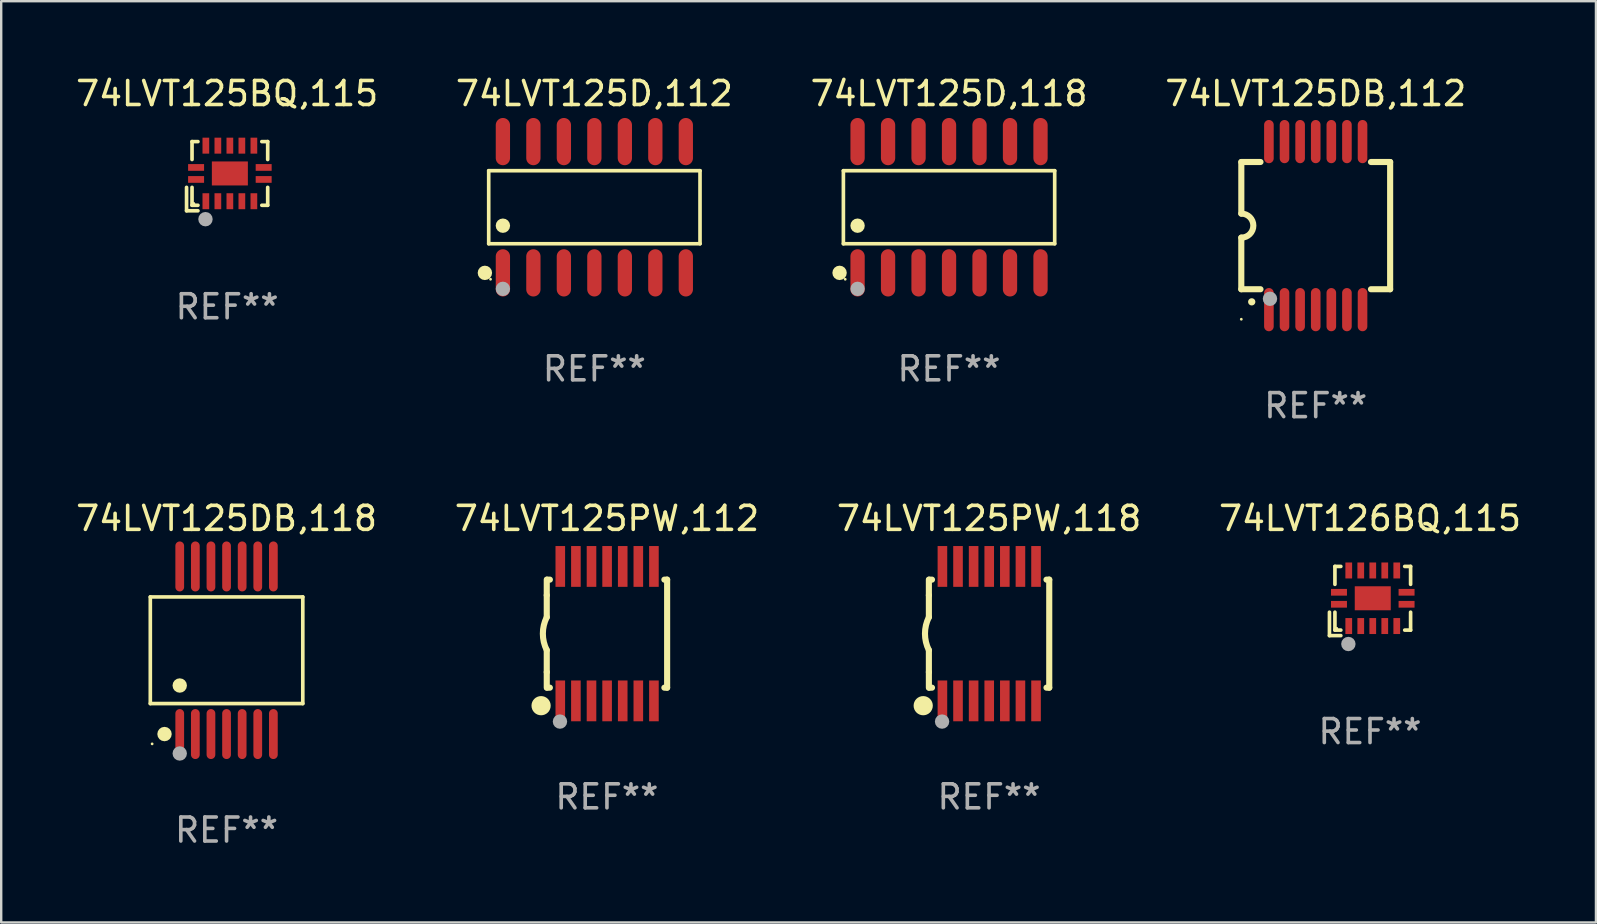
<source format=kicad_pcb>
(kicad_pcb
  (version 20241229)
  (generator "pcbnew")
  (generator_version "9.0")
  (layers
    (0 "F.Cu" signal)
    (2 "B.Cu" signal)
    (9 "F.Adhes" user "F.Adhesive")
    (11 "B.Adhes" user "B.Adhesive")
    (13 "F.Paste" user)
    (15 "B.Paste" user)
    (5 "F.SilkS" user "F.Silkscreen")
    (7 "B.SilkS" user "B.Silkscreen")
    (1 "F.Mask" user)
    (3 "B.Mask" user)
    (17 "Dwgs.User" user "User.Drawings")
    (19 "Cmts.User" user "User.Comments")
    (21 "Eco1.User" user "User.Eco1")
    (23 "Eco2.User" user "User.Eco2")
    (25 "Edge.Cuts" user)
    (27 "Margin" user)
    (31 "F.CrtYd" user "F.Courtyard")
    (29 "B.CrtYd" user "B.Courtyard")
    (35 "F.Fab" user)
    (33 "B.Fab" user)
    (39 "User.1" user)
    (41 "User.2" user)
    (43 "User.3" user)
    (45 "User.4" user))
  (footprint "74LVT125DB,118"
    (layer "F.Cu")
    (at 6.387 24.036)
    (property "Reference" "74LVT125DB,118" (at 0 -5.491 0) (layer "F.SilkS") (effects (font (size 1 1) (thickness 0.15))))
    (attr through_hole)
    (fp_line (start -3.176 -2.221) (end 3.176 -2.221) (stroke (width 0.152) (type solid)) (layer "F.SilkS"))
    (fp_line (start -3.176 2.221) (end -3.176 -2.221) (stroke (width 0.152) (type solid)) (layer "F.SilkS"))
    (fp_line (start 3.176 -2.221) (end 3.176 2.221) (stroke (width 0.152) (type solid)) (layer "F.SilkS"))
    (fp_line (start 3.176 2.221) (end -3.176 2.221) (stroke (width 0.152) (type solid)) (layer "F.SilkS"))
    (fp_circle (center -3.1 3.9) (end -3.07 3.9) (stroke (width 0.06) (type solid)) (fill no) (layer "F.SilkS"))
    (fp_circle (center -2.584 3.491) (end -2.434 3.491) (stroke (width 0.3) (type solid)) (fill no) (layer "F.SilkS"))
    (fp_circle (center -1.95 1.469) (end -1.8 1.469) (stroke (width 0.3) (type solid)) (fill no) (layer "F.SilkS"))
    (fp_circle (center -1.95 4.3) (end -1.8 4.3) (stroke (width 0.3) (type solid)) (fill no) (layer "F.Fab"))
    (fp_text user "REF**" (at 0 7.491 0) (layer "F.Fab") (effects (font (size 1 1) (thickness 0.15))))
    (pad "1" smd oval (at -1.95 3.491) (size 0.364 2.082) (layers "F.Cu" "F.Mask" "F.Paste"))
    (pad "2" smd oval (at -1.3 3.491) (size 0.364 2.082) (layers "F.Cu" "F.Mask" "F.Paste"))
    (pad "3" smd oval (at -0.65 3.491) (size 0.364 2.082) (layers "F.Cu" "F.Mask" "F.Paste"))
    (pad "4" smd oval (at 0 3.491) (size 0.364 2.082) (layers "F.Cu" "F.Mask" "F.Paste"))
    (pad "5" smd oval (at 0.65 3.491) (size 0.364 2.082) (layers "F.Cu" "F.Mask" "F.Paste"))
    (pad "6" smd oval (at 1.3 3.491) (size 0.364 2.082) (layers "F.Cu" "F.Mask" "F.Paste"))
    (pad "7" smd oval (at 1.95 3.491) (size 0.364 2.082) (layers "F.Cu" "F.Mask" "F.Paste"))
    (pad "8" smd oval (at 1.95 -3.491) (size 0.364 2.082) (layers "F.Cu" "F.Mask" "F.Paste"))
    (pad "9" smd oval (at 1.3 -3.491) (size 0.364 2.082) (layers "F.Cu" "F.Mask" "F.Paste"))
    (pad "10" smd oval (at 0.65 -3.491) (size 0.364 2.082) (layers "F.Cu" "F.Mask" "F.Paste"))
    (pad "11" smd oval (at 0 -3.491) (size 0.364 2.082) (layers "F.Cu" "F.Mask" "F.Paste"))
    (pad "12" smd oval (at -0.65 -3.491) (size 0.364 2.082) (layers "F.Cu" "F.Mask" "F.Paste"))
    (pad "13" smd oval (at -1.3 -3.491) (size 0.364 2.082) (layers "F.Cu" "F.Mask" "F.Paste"))
    (pad "14" smd oval (at -1.95 -3.491) (size 0.364 2.082) (layers "F.Cu" "F.Mask" "F.Paste")))
  (footprint "74LVT125BQ,115"
    (layer "F.Cu")
    (at 6.411 4.289)
    (property "Reference" "74LVT125BQ,115" (at 0 -3.441 0) (layer "F.SilkS") (effects (font (size 1 1) (thickness 0.15))))
    (attr through_hole)
    (fp_line (start -1.69 1.441) (end -1.69 0.466) (stroke (width 0.152) (type solid)) (layer "F.SilkS"))
    (fp_line (start -1.462 -1.441) (end -1.216 -1.441) (stroke (width 0.152) (type solid)) (layer "F.SilkS"))
    (fp_line (start -1.462 -0.695) (end -1.462 -1.441) (stroke (width 0.152) (type solid)) (layer "F.SilkS"))
    (fp_line (start -1.462 0.466) (end -1.462 1.212) (stroke (width 0.152) (type solid)) (layer "F.SilkS"))
    (fp_line (start -1.462 1.212) (end -1.216 1.212) (stroke (width 0.152) (type solid)) (layer "F.SilkS"))
    (fp_line (start -1.216 1.441) (end -1.69 1.441) (stroke (width 0.152) (type solid)) (layer "F.SilkS"))
    (fp_line (start 1.69 -1.441) (end 1.445 -1.441) (stroke (width 0.152) (type solid)) (layer "F.SilkS"))
    (fp_line (start 1.69 -0.695) (end 1.69 -1.441) (stroke (width 0.152) (type solid)) (layer "F.SilkS"))
    (fp_line (start 1.69 0.466) (end 1.69 1.212) (stroke (width 0.152) (type solid)) (layer "F.SilkS"))
    (fp_line (start 1.69 1.212) (end 1.445 1.212) (stroke (width 0.152) (type solid)) (layer "F.SilkS"))
    (fp_circle (center -1.386 1.136) (end -1.356 1.136) (stroke (width 0.06) (type solid)) (fill no) (layer "F.SilkS"))
    (fp_circle (center -0.902 1.791) (end -0.752 1.791) (stroke (width 0.3) (type solid)) (fill no) (layer "F.Fab"))
    (fp_text user "REF**" (at 0 5.441 0) (layer "F.Fab") (effects (font (size 1 1) (thickness 0.15))))
    (pad "1" smd rect (at -0.886 1.043) (size 0.28 0.665) (layers "F.Cu" "F.Mask" "F.Paste"))
    (pad "2" smd rect (at -0.386 1.043) (size 0.28 0.665) (layers "F.Cu" "F.Mask" "F.Paste"))
    (pad "3" smd rect (at 0.114 1.043) (size 0.28 0.665) (layers "F.Cu" "F.Mask" "F.Paste"))
    (pad "4" smd rect (at 0.614 1.043) (size 0.28 0.665) (layers "F.Cu" "F.Mask" "F.Paste"))
    (pad "5" smd rect (at 1.114 1.043) (size 0.28 0.665) (layers "F.Cu" "F.Mask" "F.Paste"))
    (pad "6" smd rect (at 1.522 0.136) (size 0.665 0.28) (layers "F.Cu" "F.Mask" "F.Paste"))
    (pad "7" smd rect (at 1.522 -0.364) (size 0.665 0.28) (layers "F.Cu" "F.Mask" "F.Paste"))
    (pad "8" smd rect (at 1.114 -1.272) (size 0.28 0.665) (layers "F.Cu" "F.Mask" "F.Paste"))
    (pad "9" smd rect (at 0.614 -1.272) (size 0.28 0.665) (layers "F.Cu" "F.Mask" "F.Paste"))
    (pad "10" smd rect (at 0.114 -1.272) (size 0.28 0.665) (layers "F.Cu" "F.Mask" "F.Paste"))
    (pad "11" smd rect (at -0.386 -1.272) (size 0.28 0.665) (layers "F.Cu" "F.Mask" "F.Paste"))
    (pad "12" smd rect (at -0.886 -1.272) (size 0.28 0.665) (layers "F.Cu" "F.Mask" "F.Paste"))
    (pad "13" smd rect (at -1.293 -0.364) (size 0.665 0.28) (layers "F.Cu" "F.Mask" "F.Paste"))
    (pad "14" smd rect (at -1.293 0.136) (size 0.665 0.28) (layers "F.Cu" "F.Mask" "F.Paste"))
    (pad "15" smd rect (at 0.114 -0.114) (size 1.5 1) (layers "F.Cu" "F.Mask" "F.Paste")))
  (footprint "74LVT125PW,112"
    (layer "F.Cu")
    (at 22.232 23.345)
    (property "Reference" "74LVT125PW,112" (at 0 -4.8 0) (layer "F.SilkS") (effects (font (size 1 1) (thickness 0.15))))
    (attr through_hole)
    (fp_line (start -2.507 -1.6) (end -2.507 -2.25) (stroke (width 0.254) (type solid)) (layer "F.SilkS"))
    (fp_line (start -2.507 -0.686) (end -2.507 -1.6) (stroke (width 0.254) (type solid)) (layer "F.SilkS"))
    (fp_line (start -2.507 1.6) (end -2.507 0.686) (stroke (width 0.254) (type solid)) (layer "F.SilkS"))
    (fp_line (start -2.507 1.6) (end -2.507 2.25) (stroke (width 0.254) (type solid)) (layer "F.SilkS"))
    (fp_line (start -2.493 -2.25) (end -2.377 -2.25) (stroke (width 0.254) (type solid)) (layer "F.SilkS"))
    (fp_line (start -2.377 2.25) (end -2.493 2.25) (stroke (width 0.254) (type solid)) (layer "F.SilkS"))
    (fp_line (start 2.392 -2.25) (end 2.507 -2.25) (stroke (width 0.254) (type solid)) (layer "F.SilkS"))
    (fp_line (start 2.507 -2.25) (end 2.507 2.25) (stroke (width 0.254) (type solid)) (layer "F.SilkS"))
    (fp_line (start 2.507 2.25) (end 2.392 2.25) (stroke (width 0.254) (type solid)) (layer "F.SilkS"))
    (fp_arc (start -2.507303 0.685802) (mid -2.669199 0) (end -2.507303 -0.685801) (stroke (width 0.254001) (type solid)) (layer "F.SilkS"))
    (fp_circle (center -2.743 3) (end -2.543 3) (stroke (width 0.4) (type solid)) (fill no) (layer "F.SilkS"))
    (fp_circle (center -2.493 3.2) (end -2.463 3.2) (stroke (width 0.06) (type solid)) (fill no) (layer "F.SilkS"))
    (fp_circle (center -1.957 3.662) (end -1.807 3.662) (stroke (width 0.3) (type solid)) (fill no) (layer "F.Fab"))
    (fp_text user "REF**" (at 0 6.8 0) (layer "F.Fab") (effects (font (size 1 1) (thickness 0.15))))
    (pad "1" smd rect (at -1.943 2.8) (size 0.4 1.7) (layers "F.Cu" "F.Mask" "F.Paste"))
    (pad "2" smd rect (at -1.293 2.8) (size 0.4 1.7) (layers "F.Cu" "F.Mask" "F.Paste"))
    (pad "3" smd rect (at -0.643 2.8) (size 0.4 1.7) (layers "F.Cu" "F.Mask" "F.Paste"))
    (pad "4" smd rect (at 0.007 2.8) (size 0.4 1.7) (layers "F.Cu" "F.Mask" "F.Paste"))
    (pad "5" smd rect (at 0.657 2.8) (size 0.4 1.7) (layers "F.Cu" "F.Mask" "F.Paste"))
    (pad "6" smd rect (at 1.307 2.8) (size 0.4 1.7) (layers "F.Cu" "F.Mask" "F.Paste"))
    (pad "7" smd rect (at 1.957 2.8) (size 0.4 1.7) (layers "F.Cu" "F.Mask" "F.Paste"))
    (pad "8" smd rect (at 1.957 -2.8) (size 0.4 1.7) (layers "F.Cu" "F.Mask" "F.Paste"))
    (pad "9" smd rect (at 1.307 -2.8) (size 0.4 1.7) (layers "F.Cu" "F.Mask" "F.Paste"))
    (pad "10" smd rect (at 0.657 -2.8) (size 0.4 1.7) (layers "F.Cu" "F.Mask" "F.Paste"))
    (pad "11" smd rect (at 0.007 -2.8) (size 0.4 1.7) (layers "F.Cu" "F.Mask" "F.Paste"))
    (pad "12" smd rect (at -0.643 -2.8) (size 0.4 1.7) (layers "F.Cu" "F.Mask" "F.Paste"))
    (pad "13" smd rect (at -1.293 -2.8) (size 0.4 1.7) (layers "F.Cu" "F.Mask" "F.Paste"))
    (pad "14" smd rect (at -1.943 -2.8) (size 0.4 1.7) (layers "F.Cu" "F.Mask" "F.Paste")))
  (footprint "74LVT125PW,118"
    (layer "F.Cu")
    (at 38.149 23.345)
    (property "Reference" "74LVT125PW,118" (at 0 -4.8 0) (layer "F.SilkS") (effects (font (size 1 1) (thickness 0.15))))
    (attr through_hole)
    (fp_line (start -2.507 -1.6) (end -2.507 -2.25) (stroke (width 0.254) (type solid)) (layer "F.SilkS"))
    (fp_line (start -2.507 -0.686) (end -2.507 -1.6) (stroke (width 0.254) (type solid)) (layer "F.SilkS"))
    (fp_line (start -2.507 1.6) (end -2.507 0.686) (stroke (width 0.254) (type solid)) (layer "F.SilkS"))
    (fp_line (start -2.507 1.6) (end -2.507 2.25) (stroke (width 0.254) (type solid)) (layer "F.SilkS"))
    (fp_line (start -2.493 -2.25) (end -2.377 -2.25) (stroke (width 0.254) (type solid)) (layer "F.SilkS"))
    (fp_line (start -2.377 2.25) (end -2.493 2.25) (stroke (width 0.254) (type solid)) (layer "F.SilkS"))
    (fp_line (start 2.392 -2.25) (end 2.507 -2.25) (stroke (width 0.254) (type solid)) (layer "F.SilkS"))
    (fp_line (start 2.507 -2.25) (end 2.507 2.25) (stroke (width 0.254) (type solid)) (layer "F.SilkS"))
    (fp_line (start 2.507 2.25) (end 2.392 2.25) (stroke (width 0.254) (type solid)) (layer "F.SilkS"))
    (fp_arc (start -2.507303 0.685802) (mid -2.669199 0) (end -2.507303 -0.685801) (stroke (width 0.254001) (type solid)) (layer "F.SilkS"))
    (fp_circle (center -2.743 3) (end -2.543 3) (stroke (width 0.4) (type solid)) (fill no) (layer "F.SilkS"))
    (fp_circle (center -2.493 3.2) (end -2.463 3.2) (stroke (width 0.06) (type solid)) (fill no) (layer "F.SilkS"))
    (fp_circle (center -1.957 3.662) (end -1.807 3.662) (stroke (width 0.3) (type solid)) (fill no) (layer "F.Fab"))
    (fp_text user "REF**" (at 0 6.8 0) (layer "F.Fab") (effects (font (size 1 1) (thickness 0.15))))
    (pad "1" smd rect (at -1.943 2.8) (size 0.4 1.7) (layers "F.Cu" "F.Mask" "F.Paste"))
    (pad "2" smd rect (at -1.293 2.8) (size 0.4 1.7) (layers "F.Cu" "F.Mask" "F.Paste"))
    (pad "3" smd rect (at -0.643 2.8) (size 0.4 1.7) (layers "F.Cu" "F.Mask" "F.Paste"))
    (pad "4" smd rect (at 0.007 2.8) (size 0.4 1.7) (layers "F.Cu" "F.Mask" "F.Paste"))
    (pad "5" smd rect (at 0.657 2.8) (size 0.4 1.7) (layers "F.Cu" "F.Mask" "F.Paste"))
    (pad "6" smd rect (at 1.307 2.8) (size 0.4 1.7) (layers "F.Cu" "F.Mask" "F.Paste"))
    (pad "7" smd rect (at 1.957 2.8) (size 0.4 1.7) (layers "F.Cu" "F.Mask" "F.Paste"))
    (pad "8" smd rect (at 1.957 -2.8) (size 0.4 1.7) (layers "F.Cu" "F.Mask" "F.Paste"))
    (pad "9" smd rect (at 1.307 -2.8) (size 0.4 1.7) (layers "F.Cu" "F.Mask" "F.Paste"))
    (pad "10" smd rect (at 0.657 -2.8) (size 0.4 1.7) (layers "F.Cu" "F.Mask" "F.Paste"))
    (pad "11" smd rect (at 0.007 -2.8) (size 0.4 1.7) (layers "F.Cu" "F.Mask" "F.Paste"))
    (pad "12" smd rect (at -0.643 -2.8) (size 0.4 1.7) (layers "F.Cu" "F.Mask" "F.Paste"))
    (pad "13" smd rect (at -1.293 -2.8) (size 0.4 1.7) (layers "F.Cu" "F.Mask" "F.Paste"))
    (pad "14" smd rect (at -1.943 -2.8) (size 0.4 1.7) (layers "F.Cu" "F.Mask" "F.Paste")))
  (footprint "74LVT125DB,112"
    (layer "F.Cu")
    (at 51.756 6.348)
    (property "Reference" "74LVT125DB,112" (at 0 -5.5 0) (layer "F.SilkS") (effects (font (size 1 1) (thickness 0.15))))
    (attr through_hole)
    (fp_line (start -3.1 2.65) (end -3.1 0.5) (stroke (width 0.254) (type solid)) (layer "F.SilkS"))
    (fp_line (start -3.099 -2.65) (end -2.301 -2.65) (stroke (width 0.254) (type solid)) (layer "F.SilkS"))
    (fp_line (start -3.099 -0.5) (end -3.099 -2.65) (stroke (width 0.254) (type solid)) (layer "F.SilkS"))
    (fp_line (start -2.301 2.65) (end -3.1 2.65) (stroke (width 0.254) (type solid)) (layer "F.SilkS"))
    (fp_line (start 2.301 -2.65) (end 3.1 -2.65) (stroke (width 0.254) (type solid)) (layer "F.SilkS"))
    (fp_line (start 3.1 -2.65) (end 3.1 2.65) (stroke (width 0.254) (type solid)) (layer "F.SilkS"))
    (fp_line (start 3.1 2.65) (end 2.301 2.65) (stroke (width 0.254) (type solid)) (layer "F.SilkS"))
    (fp_arc (start -3.098806 -0.500381) (mid -2.598806 0) (end -3.098806 0.500381) (stroke (width 0.254001) (type solid)) (layer "F.SilkS"))
    (fp_arc (start -2.667005 3.175006) (mid -2.665735 3.175001) (end -2.664465 3.175006) (stroke (width 0.3) (type solid)) (layer "F.SilkS"))
    (fp_circle (center -3.1 3.9) (end -3.07 3.9) (stroke (width 0.06) (type solid)) (fill no) (layer "F.SilkS"))
    (fp_circle (center -1.905 3.048) (end -1.755 3.048) (stroke (width 0.3) (type solid)) (fill no) (layer "F.Fab"))
    (fp_text user "REF**" (at 0 7.5 0) (layer "F.Fab") (effects (font (size 1 1) (thickness 0.15))))
    (pad "1" smd oval (at -1.95 3.5 270) (size 1.8 0.4) (layers "F.Cu" "F.Mask" "F.Paste"))
    (pad "2" smd oval (at -1.3 3.5 270) (size 1.8 0.4) (layers "F.Cu" "F.Mask" "F.Paste"))
    (pad "3" smd oval (at -0.65 3.5 270) (size 1.8 0.4) (layers "F.Cu" "F.Mask" "F.Paste"))
    (pad "4" smd oval (at 0 3.5 270) (size 1.8 0.4) (layers "F.Cu" "F.Mask" "F.Paste"))
    (pad "5" smd oval (at 0.65 3.5 270) (size 1.8 0.4) (layers "F.Cu" "F.Mask" "F.Paste"))
    (pad "6" smd oval (at 1.3 3.5 270) (size 1.8 0.4) (layers "F.Cu" "F.Mask" "F.Paste"))
    (pad "7" smd oval (at 1.95 3.5 270) (size 1.8 0.4) (layers "F.Cu" "F.Mask" "F.Paste"))
    (pad "8" smd oval (at 1.95 -3.5 90) (size 1.8 0.4) (layers "F.Cu" "F.Mask" "F.Paste"))
    (pad "9" smd oval (at 1.3 -3.5 90) (size 1.8 0.4) (layers "F.Cu" "F.Mask" "F.Paste"))
    (pad "10" smd oval (at 0.65 -3.5 90) (size 1.8 0.4) (layers "F.Cu" "F.Mask" "F.Paste"))
    (pad "11" smd oval (at 0 -3.5 90) (size 1.8 0.4) (layers "F.Cu" "F.Mask" "F.Paste"))
    (pad "12" smd oval (at -0.65 -3.5 90) (size 1.8 0.4) (layers "F.Cu" "F.Mask" "F.Paste"))
    (pad "13" smd oval (at -1.3 -3.5 90) (size 1.8 0.4) (layers "F.Cu" "F.Mask" "F.Paste"))
    (pad "14" smd oval (at -1.95 -3.5 90) (size 1.8 0.4) (layers "F.Cu" "F.Mask" "F.Paste")))
  (footprint "74LVT125D,112"
    (layer "F.Cu")
    (at 21.708 5.582)
    (property "Reference" "74LVT125D,112" (at 0 -4.734 0) (layer "F.SilkS") (effects (font (size 1 1) (thickness 0.15))))
    (attr through_hole)
    (fp_line (start -4.401 -1.521) (end 4.401 -1.521) (stroke (width 0.152) (type solid)) (layer "F.SilkS"))
    (fp_line (start -4.401 1.521) (end -4.401 -1.521) (stroke (width 0.152) (type solid)) (layer "F.SilkS"))
    (fp_line (start 4.401 -1.521) (end 4.401 1.521) (stroke (width 0.152) (type solid)) (layer "F.SilkS"))
    (fp_line (start 4.401 1.521) (end -4.401 1.521) (stroke (width 0.152) (type solid)) (layer "F.SilkS"))
    (fp_circle (center -4.56 2.734) (end -4.41 2.734) (stroke (width 0.3) (type solid)) (fill no) (layer "F.SilkS"))
    (fp_circle (center -4.325 3) (end -4.295 3) (stroke (width 0.06) (type solid)) (fill no) (layer "F.SilkS"))
    (fp_circle (center -3.81 0.769) (end -3.66 0.769) (stroke (width 0.3) (type solid)) (fill no) (layer "F.SilkS"))
    (fp_circle (center -3.81 3.4) (end -3.66 3.4) (stroke (width 0.3) (type solid)) (fill no) (layer "F.Fab"))
    (fp_text user "REF**" (at 0 6.734 0) (layer "F.Fab") (effects (font (size 1 1) (thickness 0.15))))
    (pad "1" smd oval (at -3.81 2.734) (size 0.595 1.968) (layers "F.Cu" "F.Mask" "F.Paste"))
    (pad "2" smd oval (at -2.54 2.734) (size 0.595 1.968) (layers "F.Cu" "F.Mask" "F.Paste"))
    (pad "3" smd oval (at -1.27 2.734) (size 0.595 1.968) (layers "F.Cu" "F.Mask" "F.Paste"))
    (pad "4" smd oval (at 0 2.734) (size 0.595 1.968) (layers "F.Cu" "F.Mask" "F.Paste"))
    (pad "5" smd oval (at 1.27 2.734) (size 0.595 1.968) (layers "F.Cu" "F.Mask" "F.Paste"))
    (pad "6" smd oval (at 2.54 2.734) (size 0.595 1.968) (layers "F.Cu" "F.Mask" "F.Paste"))
    (pad "7" smd oval (at 3.81 2.734) (size 0.595 1.968) (layers "F.Cu" "F.Mask" "F.Paste"))
    (pad "8" smd oval (at 3.81 -2.734) (size 0.595 1.968) (layers "F.Cu" "F.Mask" "F.Paste"))
    (pad "9" smd oval (at 2.54 -2.734) (size 0.595 1.968) (layers "F.Cu" "F.Mask" "F.Paste"))
    (pad "10" smd oval (at 1.27 -2.734) (size 0.595 1.968) (layers "F.Cu" "F.Mask" "F.Paste"))
    (pad "11" smd oval (at 0 -2.734) (size 0.595 1.968) (layers "F.Cu" "F.Mask" "F.Paste"))
    (pad "12" smd oval (at -1.27 -2.734) (size 0.595 1.968) (layers "F.Cu" "F.Mask" "F.Paste"))
    (pad "13" smd oval (at -2.54 -2.734) (size 0.595 1.968) (layers "F.Cu" "F.Mask" "F.Paste"))
    (pad "14" smd oval (at -3.81 -2.734) (size 0.595 1.968) (layers "F.Cu" "F.Mask" "F.Paste")))
  (footprint "74LVT126BQ,115"
    (layer "F.Cu")
    (at 54.018 21.985)
    (property "Reference" "74LVT126BQ,115" (at 0 -3.441 0) (layer "F.SilkS") (effects (font (size 1 1) (thickness 0.15))))
    (attr through_hole)
    (fp_line (start -1.69 1.441) (end -1.69 0.466) (stroke (width 0.152) (type solid)) (layer "F.SilkS"))
    (fp_line (start -1.462 -1.441) (end -1.216 -1.441) (stroke (width 0.152) (type solid)) (layer "F.SilkS"))
    (fp_line (start -1.462 -0.695) (end -1.462 -1.441) (stroke (width 0.152) (type solid)) (layer "F.SilkS"))
    (fp_line (start -1.462 0.466) (end -1.462 1.212) (stroke (width 0.152) (type solid)) (layer "F.SilkS"))
    (fp_line (start -1.462 1.212) (end -1.216 1.212) (stroke (width 0.152) (type solid)) (layer "F.SilkS"))
    (fp_line (start -1.216 1.441) (end -1.69 1.441) (stroke (width 0.152) (type solid)) (layer "F.SilkS"))
    (fp_line (start 1.69 -1.441) (end 1.445 -1.441) (stroke (width 0.152) (type solid)) (layer "F.SilkS"))
    (fp_line (start 1.69 -0.695) (end 1.69 -1.441) (stroke (width 0.152) (type solid)) (layer "F.SilkS"))
    (fp_line (start 1.69 0.466) (end 1.69 1.212) (stroke (width 0.152) (type solid)) (layer "F.SilkS"))
    (fp_line (start 1.69 1.212) (end 1.445 1.212) (stroke (width 0.152) (type solid)) (layer "F.SilkS"))
    (fp_circle (center -1.386 1.136) (end -1.356 1.136) (stroke (width 0.06) (type solid)) (fill no) (layer "F.SilkS"))
    (fp_circle (center -0.902 1.791) (end -0.752 1.791) (stroke (width 0.3) (type solid)) (fill no) (layer "F.Fab"))
    (fp_text user "REF**" (at 0 5.441 0) (layer "F.Fab") (effects (font (size 1 1) (thickness 0.15))))
    (pad "1" smd rect (at -0.886 1.043) (size 0.28 0.665) (layers "F.Cu" "F.Mask" "F.Paste"))
    (pad "2" smd rect (at -0.386 1.043) (size 0.28 0.665) (layers "F.Cu" "F.Mask" "F.Paste"))
    (pad "3" smd rect (at 0.114 1.043) (size 0.28 0.665) (layers "F.Cu" "F.Mask" "F.Paste"))
    (pad "4" smd rect (at 0.614 1.043) (size 0.28 0.665) (layers "F.Cu" "F.Mask" "F.Paste"))
    (pad "5" smd rect (at 1.114 1.043) (size 0.28 0.665) (layers "F.Cu" "F.Mask" "F.Paste"))
    (pad "6" smd rect (at 1.522 0.136) (size 0.665 0.28) (layers "F.Cu" "F.Mask" "F.Paste"))
    (pad "7" smd rect (at 1.522 -0.364) (size 0.665 0.28) (layers "F.Cu" "F.Mask" "F.Paste"))
    (pad "8" smd rect (at 1.114 -1.272) (size 0.28 0.665) (layers "F.Cu" "F.Mask" "F.Paste"))
    (pad "9" smd rect (at 0.614 -1.272) (size 0.28 0.665) (layers "F.Cu" "F.Mask" "F.Paste"))
    (pad "10" smd rect (at 0.114 -1.272) (size 0.28 0.665) (layers "F.Cu" "F.Mask" "F.Paste"))
    (pad "11" smd rect (at -0.386 -1.272) (size 0.28 0.665) (layers "F.Cu" "F.Mask" "F.Paste"))
    (pad "12" smd rect (at -0.886 -1.272) (size 0.28 0.665) (layers "F.Cu" "F.Mask" "F.Paste"))
    (pad "13" smd rect (at -1.293 -0.364) (size 0.665 0.28) (layers "F.Cu" "F.Mask" "F.Paste"))
    (pad "14" smd rect (at -1.293 0.136) (size 0.665 0.28) (layers "F.Cu" "F.Mask" "F.Paste"))
    (pad "15" smd rect (at 0.114 -0.114) (size 1.5 1) (layers "F.Cu" "F.Mask" "F.Paste")))
  (footprint "74LVT125D,118"
    (layer "F.Cu")
    (at 36.482 5.582)
    (property "Reference" "74LVT125D,118" (at 0 -4.734 0) (layer "F.SilkS") (effects (font (size 1 1) (thickness 0.15))))
    (attr through_hole)
    (fp_line (start -4.401 -1.521) (end 4.401 -1.521) (stroke (width 0.152) (type solid)) (layer "F.SilkS"))
    (fp_line (start -4.401 1.521) (end -4.401 -1.521) (stroke (width 0.152) (type solid)) (layer "F.SilkS"))
    (fp_line (start 4.401 -1.521) (end 4.401 1.521) (stroke (width 0.152) (type solid)) (layer "F.SilkS"))
    (fp_line (start 4.401 1.521) (end -4.401 1.521) (stroke (width 0.152) (type solid)) (layer "F.SilkS"))
    (fp_circle (center -4.56 2.734) (end -4.41 2.734) (stroke (width 0.3) (type solid)) (fill no) (layer "F.SilkS"))
    (fp_circle (center -4.325 3) (end -4.295 3) (stroke (width 0.06) (type solid)) (fill no) (layer "F.SilkS"))
    (fp_circle (center -3.81 0.769) (end -3.66 0.769) (stroke (width 0.3) (type solid)) (fill no) (layer "F.SilkS"))
    (fp_circle (center -3.81 3.4) (end -3.66 3.4) (stroke (width 0.3) (type solid)) (fill no) (layer "F.Fab"))
    (fp_text user "REF**" (at 0 6.734 0) (layer "F.Fab") (effects (font (size 1 1) (thickness 0.15))))
    (pad "1" smd oval (at -3.81 2.734) (size 0.595 1.968) (layers "F.Cu" "F.Mask" "F.Paste"))
    (pad "2" smd oval (at -2.54 2.734) (size 0.595 1.968) (layers "F.Cu" "F.Mask" "F.Paste"))
    (pad "3" smd oval (at -1.27 2.734) (size 0.595 1.968) (layers "F.Cu" "F.Mask" "F.Paste"))
    (pad "4" smd oval (at 0 2.734) (size 0.595 1.968) (layers "F.Cu" "F.Mask" "F.Paste"))
    (pad "5" smd oval (at 1.27 2.734) (size 0.595 1.968) (layers "F.Cu" "F.Mask" "F.Paste"))
    (pad "6" smd oval (at 2.54 2.734) (size 0.595 1.968) (layers "F.Cu" "F.Mask" "F.Paste"))
    (pad "7" smd oval (at 3.81 2.734) (size 0.595 1.968) (layers "F.Cu" "F.Mask" "F.Paste"))
    (pad "8" smd oval (at 3.81 -2.734) (size 0.595 1.968) (layers "F.Cu" "F.Mask" "F.Paste"))
    (pad "9" smd oval (at 2.54 -2.734) (size 0.595 1.968) (layers "F.Cu" "F.Mask" "F.Paste"))
    (pad "10" smd oval (at 1.27 -2.734) (size 0.595 1.968) (layers "F.Cu" "F.Mask" "F.Paste"))
    (pad "11" smd oval (at 0 -2.734) (size 0.595 1.968) (layers "F.Cu" "F.Mask" "F.Paste"))
    (pad "12" smd oval (at -1.27 -2.734) (size 0.595 1.968) (layers "F.Cu" "F.Mask" "F.Paste"))
    (pad "13" smd oval (at -2.54 -2.734) (size 0.595 1.968) (layers "F.Cu" "F.Mask" "F.Paste"))
    (pad "14" smd oval (at -3.81 -2.734) (size 0.595 1.968) (layers "F.Cu" "F.Mask" "F.Paste")))
  (gr_rect
    (start -3 -3)
    (end 63.429 35.375)
    (stroke (width 0.1) (type default))
    (fill no)
    (layer "Edge.Cuts")))
</source>
